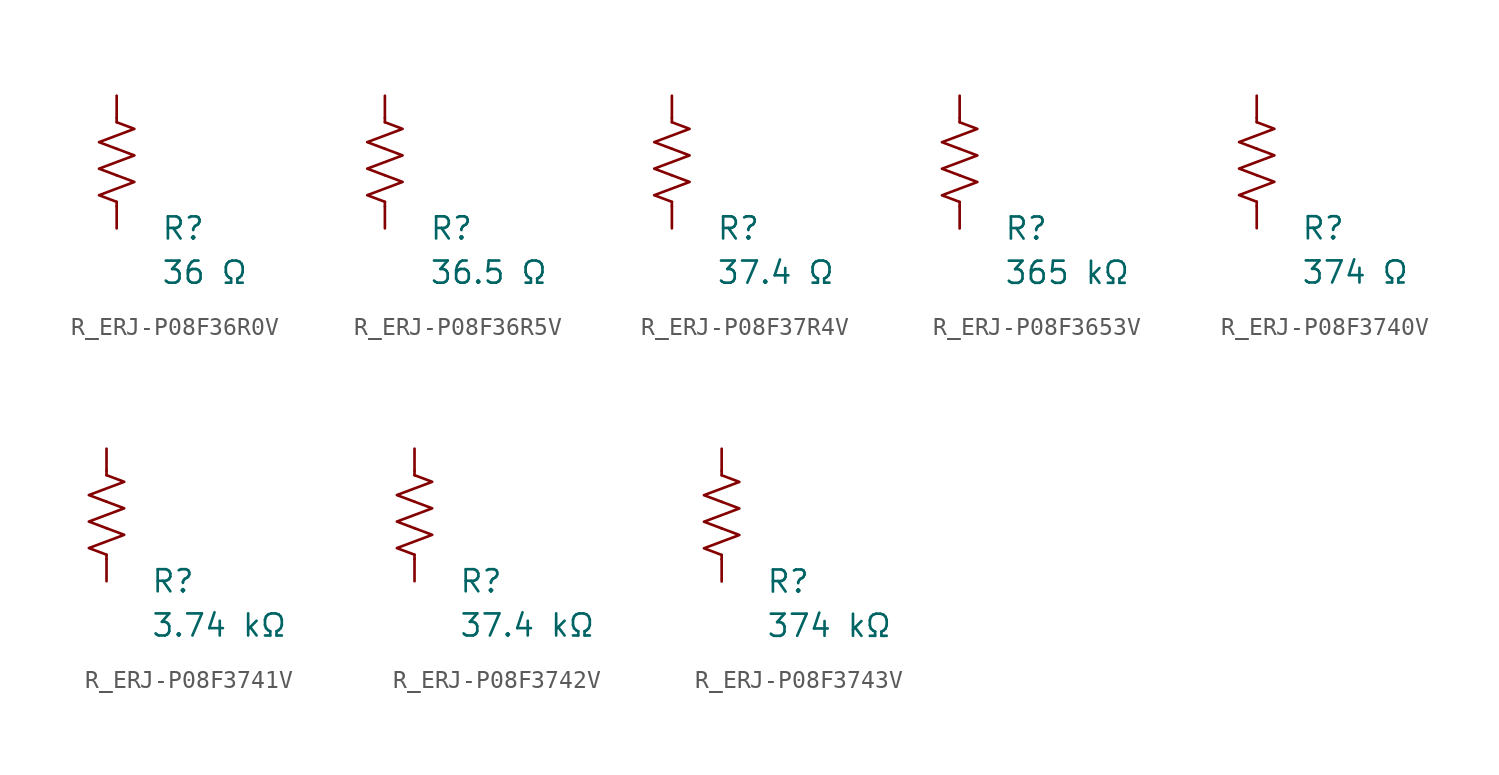
<source format=kicad_sym>
(kicad_symbol_lib
  (version 20231120)
  (generator "kicad_symbol_editor")
  (generator_version "8.0")
  (symbol "R_ERJ-P08F36R0V"
    (pin_numbers hide)
    (pin_names
      (offset 0))
    (property "Reference" "R"
      (at 2.54 -3.81 0)
      (effects (font (size 1.27 1.27)) (justify left))
      (show_name no))
    (property "Value" "36 Ω"
      (at 2.54 -6.35 0)
      (effects (font (size 1.27 1.27)) (justify left))
      (show_name no))
    (symbol "R_ERJ-P08F36R0V_0_1"
      (polyline (pts (xy 0 -2.286) (xy 0 -2.54)) (stroke (width 0) (type default)) (fill (type none)))
      (polyline (pts (xy 0 2.286) (xy 0 2.54)) (stroke (width 0) (type default)) (fill (type none)))
      (polyline (pts (xy 0 -0.762) (xy 1.016 -1.143) (xy 0 -1.524) (xy -1.016 -1.905) (xy 0 -2.286)) (stroke (width 0) (type default)) (fill (type none)))
      (polyline (pts (xy 0 0.762) (xy 1.016 0.381) (xy 0 0) (xy -1.016 -0.381) (xy 0 -0.762)) (stroke (width 0) (type default)) (fill (type none)))
      (polyline (pts (xy 0 2.286) (xy 1.016 1.905) (xy 0 1.524) (xy -1.016 1.143) (xy 0 0.762)) (stroke (width 0) (type default)) (fill (type none))))
    (symbol "R_ERJ-P08F36R0V_1_1"
      (pin passive line (at 0 3.81 270) (length 1.27) (name "~" (effects (font (size 1.27 1.27)))) (number "1" (effects (font (size 1.27 1.27)))))
      (pin passive line (at 0 -3.81 90) (length 1.27) (name "~" (effects (font (size 1.27 1.27)))) (number "2" (effects (font (size 1.27 1.27)))))))
  (symbol "R_ERJ-P08F36R5V"
    (pin_numbers hide)
    (pin_names
      (offset 0))
    (property "Reference" "R"
      (at 2.54 -3.81 0)
      (effects (font (size 1.27 1.27)) (justify left))
      (show_name no))
    (property "Value" "36.5 Ω"
      (at 2.54 -6.35 0)
      (effects (font (size 1.27 1.27)) (justify left))
      (show_name no))
    (symbol "R_ERJ-P08F36R5V_0_1"
      (polyline (pts (xy 0 -2.286) (xy 0 -2.54)) (stroke (width 0) (type default)) (fill (type none)))
      (polyline (pts (xy 0 2.286) (xy 0 2.54)) (stroke (width 0) (type default)) (fill (type none)))
      (polyline (pts (xy 0 -0.762) (xy 1.016 -1.143) (xy 0 -1.524) (xy -1.016 -1.905) (xy 0 -2.286)) (stroke (width 0) (type default)) (fill (type none)))
      (polyline (pts (xy 0 0.762) (xy 1.016 0.381) (xy 0 0) (xy -1.016 -0.381) (xy 0 -0.762)) (stroke (width 0) (type default)) (fill (type none)))
      (polyline (pts (xy 0 2.286) (xy 1.016 1.905) (xy 0 1.524) (xy -1.016 1.143) (xy 0 0.762)) (stroke (width 0) (type default)) (fill (type none))))
    (symbol "R_ERJ-P08F36R5V_1_1"
      (pin passive line (at 0 3.81 270) (length 1.27) (name "~" (effects (font (size 1.27 1.27)))) (number "1" (effects (font (size 1.27 1.27)))))
      (pin passive line (at 0 -3.81 90) (length 1.27) (name "~" (effects (font (size 1.27 1.27)))) (number "2" (effects (font (size 1.27 1.27)))))))
  (symbol "R_ERJ-P08F37R4V"
    (pin_numbers hide)
    (pin_names
      (offset 0))
    (property "Reference" "R"
      (at 2.54 -3.81 0)
      (effects (font (size 1.27 1.27)) (justify left))
      (show_name no))
    (property "Value" "37.4 Ω"
      (at 2.54 -6.35 0)
      (effects (font (size 1.27 1.27)) (justify left))
      (show_name no))
    (symbol "R_ERJ-P08F37R4V_0_1"
      (polyline (pts (xy 0 -2.286) (xy 0 -2.54)) (stroke (width 0) (type default)) (fill (type none)))
      (polyline (pts (xy 0 2.286) (xy 0 2.54)) (stroke (width 0) (type default)) (fill (type none)))
      (polyline (pts (xy 0 -0.762) (xy 1.016 -1.143) (xy 0 -1.524) (xy -1.016 -1.905) (xy 0 -2.286)) (stroke (width 0) (type default)) (fill (type none)))
      (polyline (pts (xy 0 0.762) (xy 1.016 0.381) (xy 0 0) (xy -1.016 -0.381) (xy 0 -0.762)) (stroke (width 0) (type default)) (fill (type none)))
      (polyline (pts (xy 0 2.286) (xy 1.016 1.905) (xy 0 1.524) (xy -1.016 1.143) (xy 0 0.762)) (stroke (width 0) (type default)) (fill (type none))))
    (symbol "R_ERJ-P08F37R4V_1_1"
      (pin passive line (at 0 3.81 270) (length 1.27) (name "~" (effects (font (size 1.27 1.27)))) (number "1" (effects (font (size 1.27 1.27)))))
      (pin passive line (at 0 -3.81 90) (length 1.27) (name "~" (effects (font (size 1.27 1.27)))) (number "2" (effects (font (size 1.27 1.27)))))))
  (symbol "R_ERJ-P08F3653V"
    (pin_numbers hide)
    (pin_names
      (offset 0))
    (property "Reference" "R"
      (at 2.54 -3.81 0)
      (effects (font (size 1.27 1.27)) (justify left))
      (show_name no))
    (property "Value" "365 kΩ"
      (at 2.54 -6.35 0)
      (effects (font (size 1.27 1.27)) (justify left))
      (show_name no))
    (symbol "R_ERJ-P08F3653V_0_1"
      (polyline (pts (xy 0 -2.286) (xy 0 -2.54)) (stroke (width 0) (type default)) (fill (type none)))
      (polyline (pts (xy 0 2.286) (xy 0 2.54)) (stroke (width 0) (type default)) (fill (type none)))
      (polyline (pts (xy 0 -0.762) (xy 1.016 -1.143) (xy 0 -1.524) (xy -1.016 -1.905) (xy 0 -2.286)) (stroke (width 0) (type default)) (fill (type none)))
      (polyline (pts (xy 0 0.762) (xy 1.016 0.381) (xy 0 0) (xy -1.016 -0.381) (xy 0 -0.762)) (stroke (width 0) (type default)) (fill (type none)))
      (polyline (pts (xy 0 2.286) (xy 1.016 1.905) (xy 0 1.524) (xy -1.016 1.143) (xy 0 0.762)) (stroke (width 0) (type default)) (fill (type none))))
    (symbol "R_ERJ-P08F3653V_1_1"
      (pin passive line (at 0 3.81 270) (length 1.27) (name "~" (effects (font (size 1.27 1.27)))) (number "1" (effects (font (size 1.27 1.27)))))
      (pin passive line (at 0 -3.81 90) (length 1.27) (name "~" (effects (font (size 1.27 1.27)))) (number "2" (effects (font (size 1.27 1.27)))))))
  (symbol "R_ERJ-P08F3740V"
    (pin_numbers hide)
    (pin_names
      (offset 0))
    (property "Reference" "R"
      (at 2.54 -3.81 0)
      (effects (font (size 1.27 1.27)) (justify left))
      (show_name no))
    (property "Value" "374 Ω"
      (at 2.54 -6.35 0)
      (effects (font (size 1.27 1.27)) (justify left))
      (show_name no))
    (symbol "R_ERJ-P08F3740V_0_1"
      (polyline (pts (xy 0 -2.286) (xy 0 -2.54)) (stroke (width 0) (type default)) (fill (type none)))
      (polyline (pts (xy 0 2.286) (xy 0 2.54)) (stroke (width 0) (type default)) (fill (type none)))
      (polyline (pts (xy 0 -0.762) (xy 1.016 -1.143) (xy 0 -1.524) (xy -1.016 -1.905) (xy 0 -2.286)) (stroke (width 0) (type default)) (fill (type none)))
      (polyline (pts (xy 0 0.762) (xy 1.016 0.381) (xy 0 0) (xy -1.016 -0.381) (xy 0 -0.762)) (stroke (width 0) (type default)) (fill (type none)))
      (polyline (pts (xy 0 2.286) (xy 1.016 1.905) (xy 0 1.524) (xy -1.016 1.143) (xy 0 0.762)) (stroke (width 0) (type default)) (fill (type none))))
    (symbol "R_ERJ-P08F3740V_1_1"
      (pin passive line (at 0 3.81 270) (length 1.27) (name "~" (effects (font (size 1.27 1.27)))) (number "1" (effects (font (size 1.27 1.27)))))
      (pin passive line (at 0 -3.81 90) (length 1.27) (name "~" (effects (font (size 1.27 1.27)))) (number "2" (effects (font (size 1.27 1.27)))))))
  (symbol "R_ERJ-P08F3741V"
    (pin_numbers hide)
    (pin_names
      (offset 0))
    (property "Reference" "R"
      (at 2.54 -3.81 0)
      (effects (font (size 1.27 1.27)) (justify left))
      (show_name no))
    (property "Value" "3.74 kΩ"
      (at 2.54 -6.35 0)
      (effects (font (size 1.27 1.27)) (justify left))
      (show_name no))
    (symbol "R_ERJ-P08F3741V_0_1"
      (polyline (pts (xy 0 -2.286) (xy 0 -2.54)) (stroke (width 0) (type default)) (fill (type none)))
      (polyline (pts (xy 0 2.286) (xy 0 2.54)) (stroke (width 0) (type default)) (fill (type none)))
      (polyline (pts (xy 0 -0.762) (xy 1.016 -1.143) (xy 0 -1.524) (xy -1.016 -1.905) (xy 0 -2.286)) (stroke (width 0) (type default)) (fill (type none)))
      (polyline (pts (xy 0 0.762) (xy 1.016 0.381) (xy 0 0) (xy -1.016 -0.381) (xy 0 -0.762)) (stroke (width 0) (type default)) (fill (type none)))
      (polyline (pts (xy 0 2.286) (xy 1.016 1.905) (xy 0 1.524) (xy -1.016 1.143) (xy 0 0.762)) (stroke (width 0) (type default)) (fill (type none))))
    (symbol "R_ERJ-P08F3741V_1_1"
      (pin passive line (at 0 3.81 270) (length 1.27) (name "~" (effects (font (size 1.27 1.27)))) (number "1" (effects (font (size 1.27 1.27)))))
      (pin passive line (at 0 -3.81 90) (length 1.27) (name "~" (effects (font (size 1.27 1.27)))) (number "2" (effects (font (size 1.27 1.27)))))))
  (symbol "R_ERJ-P08F3742V"
    (pin_numbers hide)
    (pin_names
      (offset 0))
    (property "Reference" "R"
      (at 2.54 -3.81 0)
      (effects (font (size 1.27 1.27)) (justify left))
      (show_name no))
    (property "Value" "37.4 kΩ"
      (at 2.54 -6.35 0)
      (effects (font (size 1.27 1.27)) (justify left))
      (show_name no))
    (symbol "R_ERJ-P08F3742V_0_1"
      (polyline (pts (xy 0 -2.286) (xy 0 -2.54)) (stroke (width 0) (type default)) (fill (type none)))
      (polyline (pts (xy 0 2.286) (xy 0 2.54)) (stroke (width 0) (type default)) (fill (type none)))
      (polyline (pts (xy 0 -0.762) (xy 1.016 -1.143) (xy 0 -1.524) (xy -1.016 -1.905) (xy 0 -2.286)) (stroke (width 0) (type default)) (fill (type none)))
      (polyline (pts (xy 0 0.762) (xy 1.016 0.381) (xy 0 0) (xy -1.016 -0.381) (xy 0 -0.762)) (stroke (width 0) (type default)) (fill (type none)))
      (polyline (pts (xy 0 2.286) (xy 1.016 1.905) (xy 0 1.524) (xy -1.016 1.143) (xy 0 0.762)) (stroke (width 0) (type default)) (fill (type none))))
    (symbol "R_ERJ-P08F3742V_1_1"
      (pin passive line (at 0 3.81 270) (length 1.27) (name "~" (effects (font (size 1.27 1.27)))) (number "1" (effects (font (size 1.27 1.27)))))
      (pin passive line (at 0 -3.81 90) (length 1.27) (name "~" (effects (font (size 1.27 1.27)))) (number "2" (effects (font (size 1.27 1.27)))))))
  (symbol "R_ERJ-P08F3743V"
    (pin_numbers hide)
    (pin_names
      (offset 0))
    (property "Reference" "R"
      (at 2.54 -3.81 0)
      (effects (font (size 1.27 1.27)) (justify left))
      (show_name no))
    (property "Value" "374 kΩ"
      (at 2.54 -6.35 0)
      (effects (font (size 1.27 1.27)) (justify left))
      (show_name no))
    (symbol "R_ERJ-P08F3743V_0_1"
      (polyline (pts (xy 0 -2.286) (xy 0 -2.54)) (stroke (width 0) (type default)) (fill (type none)))
      (polyline (pts (xy 0 2.286) (xy 0 2.54)) (stroke (width 0) (type default)) (fill (type none)))
      (polyline (pts (xy 0 -0.762) (xy 1.016 -1.143) (xy 0 -1.524) (xy -1.016 -1.905) (xy 0 -2.286)) (stroke (width 0) (type default)) (fill (type none)))
      (polyline (pts (xy 0 0.762) (xy 1.016 0.381) (xy 0 0) (xy -1.016 -0.381) (xy 0 -0.762)) (stroke (width 0) (type default)) (fill (type none)))
      (polyline (pts (xy 0 2.286) (xy 1.016 1.905) (xy 0 1.524) (xy -1.016 1.143) (xy 0 0.762)) (stroke (width 0) (type default)) (fill (type none))))
    (symbol "R_ERJ-P08F3743V_1_1"
      (pin passive line (at 0 3.81 270) (length 1.27) (name "~" (effects (font (size 1.27 1.27)))) (number "1" (effects (font (size 1.27 1.27)))))
      (pin passive line (at 0 -3.81 90) (length 1.27) (name "~" (effects (font (size 1.27 1.27)))) (number "2" (effects (font (size 1.27 1.27))))))))
</source>
